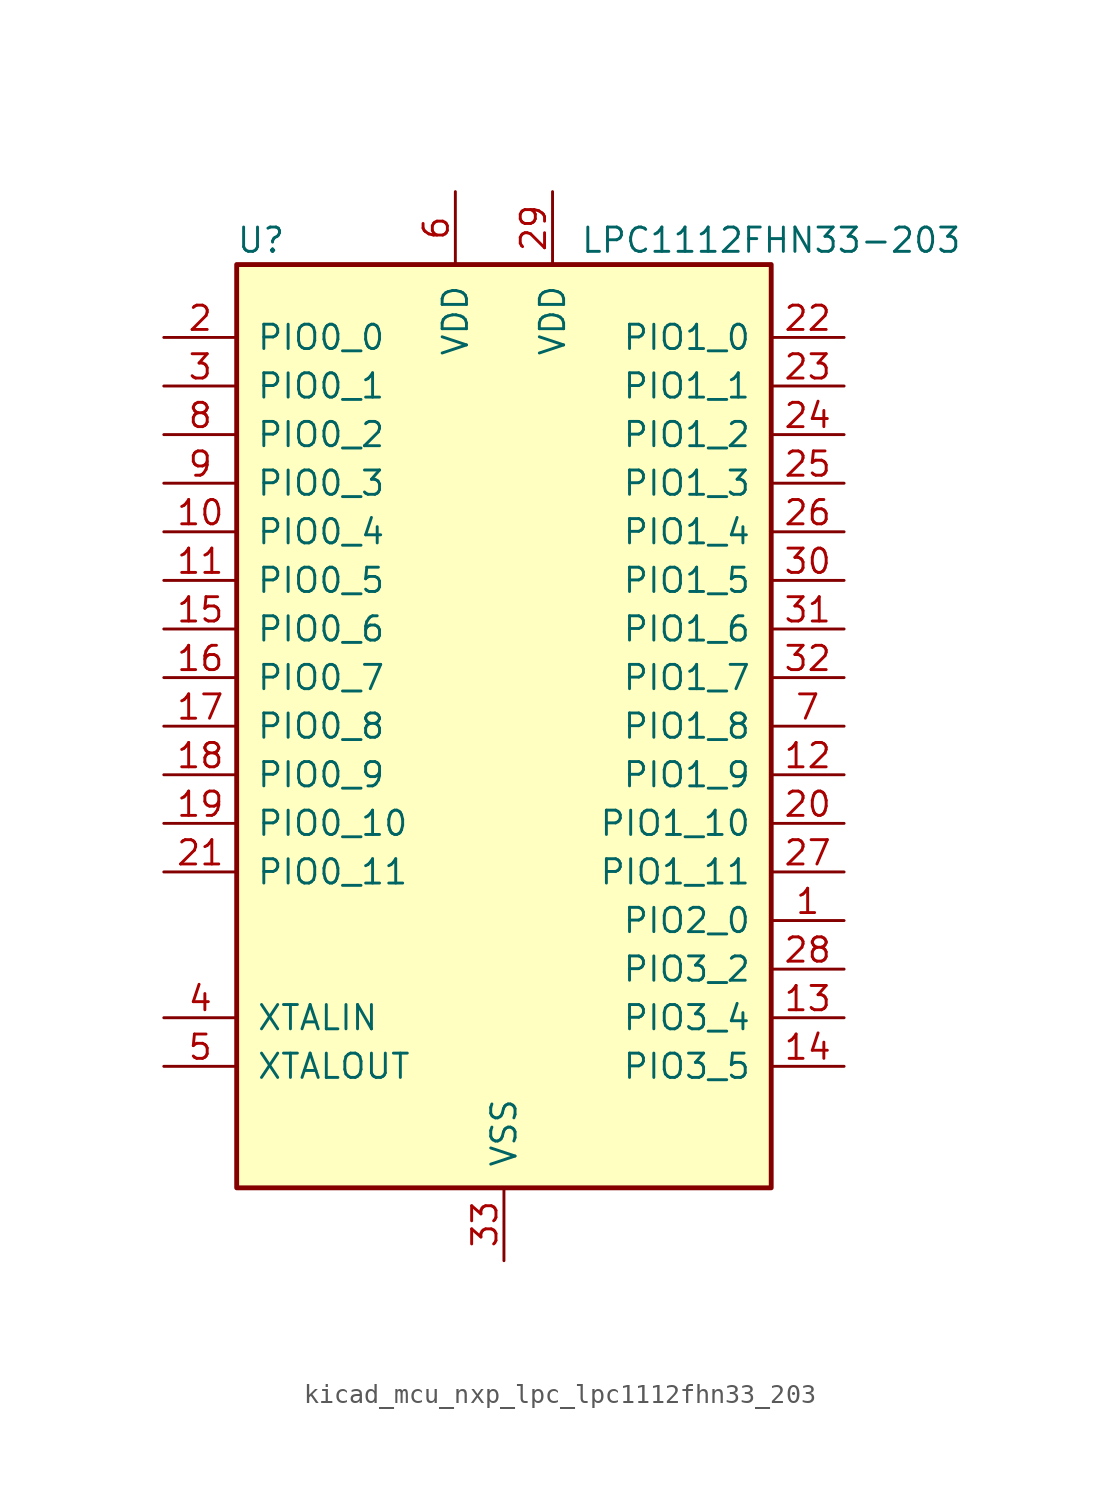
<source format=kicad_sym>
(kicad_symbol_lib
  (version 20220914)
  (generator kicad_symbol_editor)
  (symbol "kicad_mcu_nxp_lpc_lpc1112fhn33_203"
    (pin_names
      (offset 1.016))
    (property "Reference" "U"
      (at -12.7 25.4 0)
      (effects (font (size 1.27 1.27))))
    (property "Value" "LPC1112FHN33-203"
      (at 13.97 25.4 0)
      (effects (font (size 1.27 1.27))))
    (symbol "kicad_mcu_nxp_lpc_lpc1112fhn33_203_0_1"
      (rectangle (start -13.97 24.13) (end 13.97 -24.13) (stroke (width 0.254) (type default)) (fill (type background))))
    (symbol "kicad_mcu_nxp_lpc_lpc1112fhn33_203_1_1"
      (pin bidirectional line (at 17.78 -10.16 180) (length 3.81) (name "PIO2_0" (effects (font (size 1.27 1.27)))) (number "1" (effects (font (size 1.27 1.27)))))
      (pin bidirectional line (at -17.78 10.16 0) (length 3.81) (name "PIO0_4" (effects (font (size 1.27 1.27)))) (number "10" (effects (font (size 1.27 1.27)))))
      (pin bidirectional line (at -17.78 7.62 0) (length 3.81) (name "PIO0_5" (effects (font (size 1.27 1.27)))) (number "11" (effects (font (size 1.27 1.27)))))
      (pin bidirectional line (at 17.78 -2.54 180) (length 3.81) (name "PIO1_9" (effects (font (size 1.27 1.27)))) (number "12" (effects (font (size 1.27 1.27)))))
      (pin bidirectional line (at 17.78 -15.24 180) (length 3.81) (name "PIO3_4" (effects (font (size 1.27 1.27)))) (number "13" (effects (font (size 1.27 1.27)))))
      (pin bidirectional line (at 17.78 -17.78 180) (length 3.81) (name "PIO3_5" (effects (font (size 1.27 1.27)))) (number "14" (effects (font (size 1.27 1.27)))))
      (pin bidirectional line (at -17.78 5.08 0) (length 3.81) (name "PIO0_6" (effects (font (size 1.27 1.27)))) (number "15" (effects (font (size 1.27 1.27)))))
      (pin bidirectional line (at -17.78 2.54 0) (length 3.81) (name "PIO0_7" (effects (font (size 1.27 1.27)))) (number "16" (effects (font (size 1.27 1.27)))))
      (pin bidirectional line (at -17.78 0 0) (length 3.81) (name "PIO0_8" (effects (font (size 1.27 1.27)))) (number "17" (effects (font (size 1.27 1.27)))))
      (pin bidirectional line (at -17.78 -2.54 0) (length 3.81) (name "PIO0_9" (effects (font (size 1.27 1.27)))) (number "18" (effects (font (size 1.27 1.27)))))
      (pin bidirectional line (at -17.78 -5.08 0) (length 3.81) (name "PIO0_10" (effects (font (size 1.27 1.27)))) (number "19" (effects (font (size 1.27 1.27)))))
      (pin bidirectional line (at -17.78 20.32 0) (length 3.81) (name "PIO0_0" (effects (font (size 1.27 1.27)))) (number "2" (effects (font (size 1.27 1.27)))))
      (pin bidirectional line (at 17.78 -5.08 180) (length 3.81) (name "PIO1_10" (effects (font (size 1.27 1.27)))) (number "20" (effects (font (size 1.27 1.27)))))
      (pin bidirectional line (at -17.78 -7.62 0) (length 3.81) (name "PIO0_11" (effects (font (size 1.27 1.27)))) (number "21" (effects (font (size 1.27 1.27)))))
      (pin bidirectional line (at 17.78 20.32 180) (length 3.81) (name "PIO1_0" (effects (font (size 1.27 1.27)))) (number "22" (effects (font (size 1.27 1.27)))))
      (pin bidirectional line (at 17.78 17.78 180) (length 3.81) (name "PIO1_1" (effects (font (size 1.27 1.27)))) (number "23" (effects (font (size 1.27 1.27)))))
      (pin bidirectional line (at 17.78 15.24 180) (length 3.81) (name "PIO1_2" (effects (font (size 1.27 1.27)))) (number "24" (effects (font (size 1.27 1.27)))))
      (pin bidirectional line (at 17.78 12.7 180) (length 3.81) (name "PIO1_3" (effects (font (size 1.27 1.27)))) (number "25" (effects (font (size 1.27 1.27)))))
      (pin bidirectional line (at 17.78 10.16 180) (length 3.81) (name "PIO1_4" (effects (font (size 1.27 1.27)))) (number "26" (effects (font (size 1.27 1.27)))))
      (pin bidirectional line (at 17.78 -7.62 180) (length 3.81) (name "PIO1_11" (effects (font (size 1.27 1.27)))) (number "27" (effects (font (size 1.27 1.27)))))
      (pin bidirectional line (at 17.78 -12.7 180) (length 3.81) (name "PIO3_2" (effects (font (size 1.27 1.27)))) (number "28" (effects (font (size 1.27 1.27)))))
      (pin power_in line (at 2.54 27.94 270) (length 3.81) (name "VDD" (effects (font (size 1.27 1.27)))) (number "29" (effects (font (size 1.27 1.27)))))
      (pin bidirectional line (at -17.78 17.78 0) (length 3.81) (name "PIO0_1" (effects (font (size 1.27 1.27)))) (number "3" (effects (font (size 1.27 1.27)))))
      (pin bidirectional line (at 17.78 7.62 180) (length 3.81) (name "PIO1_5" (effects (font (size 1.27 1.27)))) (number "30" (effects (font (size 1.27 1.27)))))
      (pin bidirectional line (at 17.78 5.08 180) (length 3.81) (name "PIO1_6" (effects (font (size 1.27 1.27)))) (number "31" (effects (font (size 1.27 1.27)))))
      (pin bidirectional line (at 17.78 2.54 180) (length 3.81) (name "PIO1_7" (effects (font (size 1.27 1.27)))) (number "32" (effects (font (size 1.27 1.27)))))
      (pin power_in line (at 0 -27.94 90) (length 3.81) (name "VSS" (effects (font (size 1.27 1.27)))) (number "33" (effects (font (size 1.27 1.27)))))
      (pin input line (at -17.78 -15.24 0) (length 3.81) (name "XTALIN" (effects (font (size 1.27 1.27)))) (number "4" (effects (font (size 1.27 1.27)))))
      (pin output line (at -17.78 -17.78 0) (length 3.81) (name "XTALOUT" (effects (font (size 1.27 1.27)))) (number "5" (effects (font (size 1.27 1.27)))))
      (pin power_in line (at -2.54 27.94 270) (length 3.81) (name "VDD" (effects (font (size 1.27 1.27)))) (number "6" (effects (font (size 1.27 1.27)))))
      (pin bidirectional line (at 17.78 0 180) (length 3.81) (name "PIO1_8" (effects (font (size 1.27 1.27)))) (number "7" (effects (font (size 1.27 1.27)))))
      (pin bidirectional line (at -17.78 15.24 0) (length 3.81) (name "PIO0_2" (effects (font (size 1.27 1.27)))) (number "8" (effects (font (size 1.27 1.27)))))
      (pin bidirectional line (at -17.78 12.7 0) (length 3.81) (name "PIO0_3" (effects (font (size 1.27 1.27)))) (number "9" (effects (font (size 1.27 1.27))))))))
</source>
